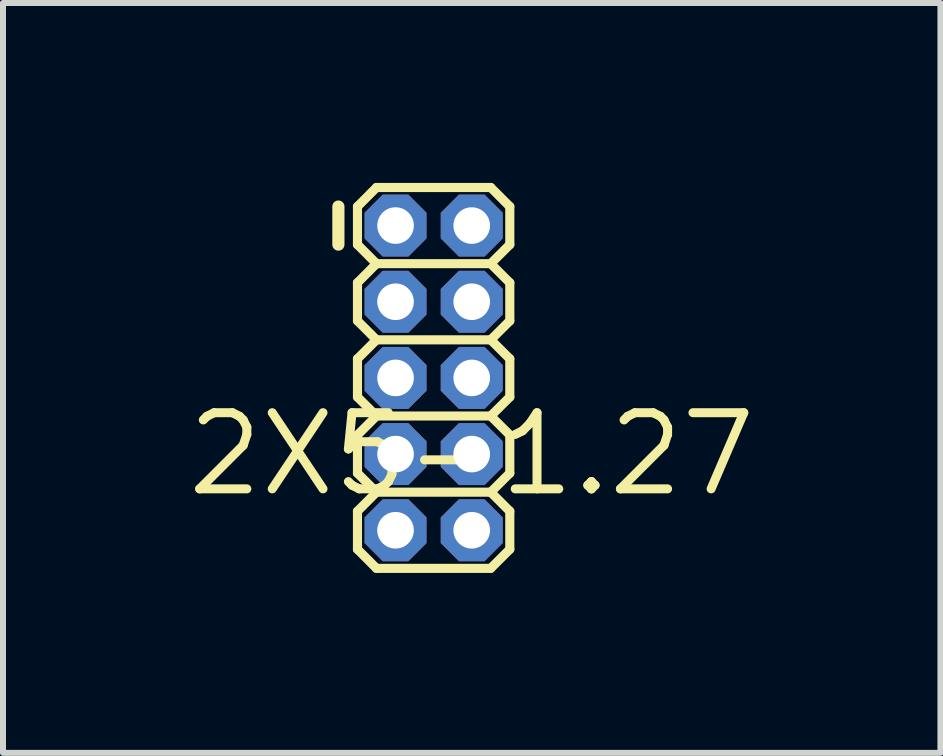
<source format=kicad_pcb>
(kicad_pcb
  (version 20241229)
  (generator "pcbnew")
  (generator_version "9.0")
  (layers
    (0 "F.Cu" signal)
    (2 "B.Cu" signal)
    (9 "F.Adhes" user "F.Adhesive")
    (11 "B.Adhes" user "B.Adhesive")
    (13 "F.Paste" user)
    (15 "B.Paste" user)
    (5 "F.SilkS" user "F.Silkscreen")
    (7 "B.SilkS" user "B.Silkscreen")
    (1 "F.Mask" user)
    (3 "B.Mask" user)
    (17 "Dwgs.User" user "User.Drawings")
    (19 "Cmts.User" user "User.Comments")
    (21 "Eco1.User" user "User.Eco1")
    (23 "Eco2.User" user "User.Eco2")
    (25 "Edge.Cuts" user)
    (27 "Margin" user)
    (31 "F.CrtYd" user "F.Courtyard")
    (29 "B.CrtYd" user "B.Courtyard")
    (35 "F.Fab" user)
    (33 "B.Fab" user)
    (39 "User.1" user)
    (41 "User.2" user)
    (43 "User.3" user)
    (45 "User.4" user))
  (footprint "2X5-1.27"
    (layer "F.Cu")
    (at 4.815 4.521)
    (property "Reference" "2X5-1.27" (at 0 0 0) (layer "F.SilkS") (effects (font (size 1.27 1.27) (thickness 0.15))))
    (fp_poly (pts (xy -0.753 -4.024) (xy -0.753 -3.596) (xy -1.056 -3.293) (xy -1.484 -3.293) (xy -1.787 -3.596) (xy -1.787 -4.024) (xy -1.484 -4.327) (xy -1.056 -4.327)) (stroke (width 0) (type default)) (fill yes) (layer "F.Mask"))
    (fp_poly (pts (xy -0.753 -2.754) (xy -0.753 -2.326) (xy -1.056 -2.023) (xy -1.484 -2.023) (xy -1.787 -2.326) (xy -1.787 -2.754) (xy -1.484 -3.057) (xy -1.056 -3.057)) (stroke (width 0) (type default)) (fill yes) (layer "F.Mask"))
    (fp_poly (pts (xy -0.753 -1.484) (xy -0.753 -1.056) (xy -1.056 -0.753) (xy -1.484 -0.753) (xy -1.787 -1.056) (xy -1.787 -1.484) (xy -1.484 -1.787) (xy -1.056 -1.787)) (stroke (width 0) (type default)) (fill yes) (layer "F.Mask"))
    (fp_poly (pts (xy -0.753 -0.214) (xy -0.753 0.214) (xy -1.056 0.517) (xy -1.484 0.517) (xy -1.787 0.214) (xy -1.787 -0.214) (xy -1.484 -0.517) (xy -1.056 -0.517)) (stroke (width 0) (type default)) (fill yes) (layer "F.Mask"))
    (fp_poly (pts (xy -0.753 1.056) (xy -0.753 1.484) (xy -1.056 1.787) (xy -1.484 1.787) (xy -1.787 1.484) (xy -1.787 1.056) (xy -1.484 0.753) (xy -1.056 0.753)) (stroke (width 0) (type default)) (fill yes) (layer "F.Mask"))
    (fp_poly (pts (xy 0.517 -4.024) (xy 0.517 -3.596) (xy 0.214 -3.293) (xy -0.214 -3.293) (xy -0.517 -3.596) (xy -0.517 -4.024) (xy -0.214 -4.327) (xy 0.214 -4.327)) (stroke (width 0) (type default)) (fill yes) (layer "F.Mask"))
    (fp_poly (pts (xy 0.517 -2.754) (xy 0.517 -2.326) (xy 0.214 -2.023) (xy -0.214 -2.023) (xy -0.517 -2.326) (xy -0.517 -2.754) (xy -0.214 -3.057) (xy 0.214 -3.057)) (stroke (width 0) (type default)) (fill yes) (layer "F.Mask"))
    (fp_poly (pts (xy 0.517 -1.484) (xy 0.517 -1.056) (xy 0.214 -0.753) (xy -0.214 -0.753) (xy -0.517 -1.056) (xy -0.517 -1.484) (xy -0.214 -1.787) (xy 0.214 -1.787)) (stroke (width 0) (type default)) (fill yes) (layer "F.Mask"))
    (fp_poly (pts (xy 0.517 -0.214) (xy 0.517 0.214) (xy 0.214 0.517) (xy -0.214 0.517) (xy -0.517 0.214) (xy -0.517 -0.214) (xy -0.214 -0.517) (xy 0.214 -0.517)) (stroke (width 0) (type default)) (fill yes) (layer "F.Mask"))
    (fp_poly (pts (xy 0.517 1.056) (xy 0.517 1.484) (xy 0.214 1.787) (xy -0.214 1.787) (xy -0.517 1.484) (xy -0.517 1.056) (xy -0.214 0.753) (xy 0.214 0.753)) (stroke (width 0) (type default)) (fill yes) (layer "F.Mask"))
    (fp_poly (pts (xy -0.753 -4.024) (xy -0.753 -3.596) (xy -1.056 -3.293) (xy -1.484 -3.293) (xy -1.787 -3.596) (xy -1.787 -4.024) (xy -1.484 -4.327) (xy -1.056 -4.327)) (stroke (width 0) (type default)) (fill yes) (layer "B.Mask"))
    (fp_poly (pts (xy -0.753 -2.754) (xy -0.753 -2.326) (xy -1.056 -2.023) (xy -1.484 -2.023) (xy -1.787 -2.326) (xy -1.787 -2.754) (xy -1.484 -3.057) (xy -1.056 -3.057)) (stroke (width 0) (type default)) (fill yes) (layer "B.Mask"))
    (fp_poly (pts (xy -0.753 -1.484) (xy -0.753 -1.056) (xy -1.056 -0.753) (xy -1.484 -0.753) (xy -1.787 -1.056) (xy -1.787 -1.484) (xy -1.484 -1.787) (xy -1.056 -1.787)) (stroke (width 0) (type default)) (fill yes) (layer "B.Mask"))
    (fp_poly (pts (xy -0.753 -0.214) (xy -0.753 0.214) (xy -1.056 0.517) (xy -1.484 0.517) (xy -1.787 0.214) (xy -1.787 -0.214) (xy -1.484 -0.517) (xy -1.056 -0.517)) (stroke (width 0) (type default)) (fill yes) (layer "B.Mask"))
    (fp_poly (pts (xy -0.753 1.056) (xy -0.753 1.484) (xy -1.056 1.787) (xy -1.484 1.787) (xy -1.787 1.484) (xy -1.787 1.056) (xy -1.484 0.753) (xy -1.056 0.753)) (stroke (width 0) (type default)) (fill yes) (layer "B.Mask"))
    (fp_poly (pts (xy 0.517 -4.024) (xy 0.517 -3.596) (xy 0.214 -3.293) (xy -0.214 -3.293) (xy -0.517 -3.596) (xy -0.517 -4.024) (xy -0.214 -4.327) (xy 0.214 -4.327)) (stroke (width 0) (type default)) (fill yes) (layer "B.Mask"))
    (fp_poly (pts (xy 0.517 -2.754) (xy 0.517 -2.326) (xy 0.214 -2.023) (xy -0.214 -2.023) (xy -0.517 -2.326) (xy -0.517 -2.754) (xy -0.214 -3.057) (xy 0.214 -3.057)) (stroke (width 0) (type default)) (fill yes) (layer "B.Mask"))
    (fp_poly (pts (xy 0.517 -1.484) (xy 0.517 -1.056) (xy 0.214 -0.753) (xy -0.214 -0.753) (xy -0.517 -1.056) (xy -0.517 -1.484) (xy -0.214 -1.787) (xy 0.214 -1.787)) (stroke (width 0) (type default)) (fill yes) (layer "B.Mask"))
    (fp_poly (pts (xy 0.517 -0.214) (xy 0.517 0.214) (xy 0.214 0.517) (xy -0.214 0.517) (xy -0.517 0.214) (xy -0.517 -0.214) (xy -0.214 -0.517) (xy 0.214 -0.517)) (stroke (width 0) (type default)) (fill yes) (layer "B.Mask"))
    (fp_poly (pts (xy 0.517 1.056) (xy 0.517 1.484) (xy 0.214 1.787) (xy -0.214 1.787) (xy -0.517 1.484) (xy -0.517 1.056) (xy -0.214 0.753) (xy 0.214 0.753)) (stroke (width 0) (type default)) (fill yes) (layer "B.Mask"))
    (fp_line (start -2.223 -4.127) (end -2.223 -3.493) (stroke (width 0.203) (type solid)) (layer "F.SilkS"))
    (fp_line (start -1.905 -4.127) (end -1.905 -3.493) (stroke (width 0.152) (type solid)) (layer "F.SilkS"))
    (fp_line (start -1.905 -3.493) (end -1.588 -3.175) (stroke (width 0.152) (type solid)) (layer "F.SilkS"))
    (fp_line (start -1.905 -2.857) (end -1.905 -2.222) (stroke (width 0.152) (type solid)) (layer "F.SilkS"))
    (fp_line (start -1.905 -2.222) (end -1.588 -1.905) (stroke (width 0.152) (type solid)) (layer "F.SilkS"))
    (fp_line (start -1.905 -1.588) (end -1.905 -0.952) (stroke (width 0.152) (type solid)) (layer "F.SilkS"))
    (fp_line (start -1.905 -0.952) (end -1.588 -0.635) (stroke (width 0.152) (type solid)) (layer "F.SilkS"))
    (fp_line (start -1.905 -0.318) (end -1.905 0.318) (stroke (width 0.152) (type solid)) (layer "F.SilkS"))
    (fp_line (start -1.905 0.318) (end -1.588 0.635) (stroke (width 0.152) (type solid)) (layer "F.SilkS"))
    (fp_line (start -1.905 0.953) (end -1.905 1.587) (stroke (width 0.152) (type solid)) (layer "F.SilkS"))
    (fp_line (start -1.905 1.587) (end -1.588 1.905) (stroke (width 0.152) (type solid)) (layer "F.SilkS"))
    (fp_line (start -1.588 -4.445) (end -1.905 -4.127) (stroke (width 0.152) (type solid)) (layer "F.SilkS"))
    (fp_line (start -1.588 -4.445) (end 0.317 -4.445) (stroke (width 0.152) (type solid)) (layer "F.SilkS"))
    (fp_line (start -1.588 -3.175) (end -1.905 -2.857) (stroke (width 0.152) (type solid)) (layer "F.SilkS"))
    (fp_line (start -1.588 -1.905) (end -1.905 -1.588) (stroke (width 0.152) (type solid)) (layer "F.SilkS"))
    (fp_line (start -1.588 -0.635) (end -1.905 -0.318) (stroke (width 0.152) (type solid)) (layer "F.SilkS"))
    (fp_line (start -1.588 0.635) (end -1.905 0.953) (stroke (width 0.152) (type solid)) (layer "F.SilkS"))
    (fp_line (start 0.317 -4.445) (end 0.635 -4.127) (stroke (width 0.152) (type solid)) (layer "F.SilkS"))
    (fp_line (start 0.317 -3.175) (end -1.588 -3.175) (stroke (width 0.152) (type solid)) (layer "F.SilkS"))
    (fp_line (start 0.317 -3.175) (end 0.635 -2.857) (stroke (width 0.152) (type solid)) (layer "F.SilkS"))
    (fp_line (start 0.317 -1.905) (end -1.588 -1.905) (stroke (width 0.152) (type solid)) (layer "F.SilkS"))
    (fp_line (start 0.317 -1.905) (end 0.635 -1.588) (stroke (width 0.152) (type solid)) (layer "F.SilkS"))
    (fp_line (start 0.317 -0.635) (end -1.588 -0.635) (stroke (width 0.152) (type solid)) (layer "F.SilkS"))
    (fp_line (start 0.317 -0.635) (end 0.635 -0.318) (stroke (width 0.152) (type solid)) (layer "F.SilkS"))
    (fp_line (start 0.317 0.635) (end -1.588 0.635) (stroke (width 0.152) (type solid)) (layer "F.SilkS"))
    (fp_line (start 0.317 0.635) (end 0.635 0.953) (stroke (width 0.152) (type solid)) (layer "F.SilkS"))
    (fp_line (start 0.317 1.905) (end -1.588 1.905) (stroke (width 0.152) (type solid)) (layer "F.SilkS"))
    (fp_line (start 0.635 -4.127) (end 0.635 -3.493) (stroke (width 0.152) (type solid)) (layer "F.SilkS"))
    (fp_line (start 0.635 -3.493) (end 0.317 -3.175) (stroke (width 0.152) (type solid)) (layer "F.SilkS"))
    (fp_line (start 0.635 -2.857) (end 0.635 -2.222) (stroke (width 0.152) (type solid)) (layer "F.SilkS"))
    (fp_line (start 0.635 -2.222) (end 0.317 -1.905) (stroke (width 0.152) (type solid)) (layer "F.SilkS"))
    (fp_line (start 0.635 -1.588) (end 0.635 -0.952) (stroke (width 0.152) (type solid)) (layer "F.SilkS"))
    (fp_line (start 0.635 -0.952) (end 0.317 -0.635) (stroke (width 0.152) (type solid)) (layer "F.SilkS"))
    (fp_line (start 0.635 -0.318) (end 0.635 0.318) (stroke (width 0.152) (type solid)) (layer "F.SilkS"))
    (fp_line (start 0.635 0.318) (end 0.317 0.635) (stroke (width 0.152) (type solid)) (layer "F.SilkS"))
    (fp_line (start 0.635 0.953) (end 0.635 1.587) (stroke (width 0.152) (type solid)) (layer "F.SilkS"))
    (fp_line (start 0.635 1.587) (end 0.317 1.905) (stroke (width 0.152) (type solid)) (layer "F.SilkS"))
    (fp_poly (pts (xy -1.143 -3.937) (xy -1.397 -3.937) (xy -1.397 -3.683) (xy -1.143 -3.683)) (stroke (width 0.1) (type default)) (fill no) (layer "F.Fab"))
    (fp_poly (pts (xy -1.143 -2.667) (xy -1.397 -2.667) (xy -1.397 -2.413) (xy -1.143 -2.413)) (stroke (width 0.1) (type default)) (fill no) (layer "F.Fab"))
    (fp_poly (pts (xy -1.143 -1.397) (xy -1.397 -1.397) (xy -1.397 -1.143) (xy -1.143 -1.143)) (stroke (width 0.1) (type default)) (fill no) (layer "F.Fab"))
    (fp_poly (pts (xy -1.143 -0.127) (xy -1.397 -0.127) (xy -1.397 0.127) (xy -1.143 0.127)) (stroke (width 0.1) (type default)) (fill no) (layer "F.Fab"))
    (fp_poly (pts (xy -1.143 1.143) (xy -1.397 1.143) (xy -1.397 1.397) (xy -1.143 1.397)) (stroke (width 0.1) (type default)) (fill no) (layer "F.Fab"))
    (fp_poly (pts (xy 0.127 -3.937) (xy -0.127 -3.937) (xy -0.127 -3.683) (xy 0.127 -3.683)) (stroke (width 0.1) (type default)) (fill no) (layer "F.Fab"))
    (fp_poly (pts (xy 0.127 -2.667) (xy -0.127 -2.667) (xy -0.127 -2.413) (xy 0.127 -2.413)) (stroke (width 0.1) (type default)) (fill no) (layer "F.Fab"))
    (fp_poly (pts (xy 0.127 -1.397) (xy -0.127 -1.397) (xy -0.127 -1.143) (xy 0.127 -1.143)) (stroke (width 0.1) (type default)) (fill no) (layer "F.Fab"))
    (fp_poly (pts (xy 0.127 -0.127) (xy -0.127 -0.127) (xy -0.127 0.127) (xy 0.127 0.127)) (stroke (width 0.1) (type default)) (fill no) (layer "F.Fab"))
    (fp_poly (pts (xy 0.127 1.143) (xy -0.127 1.143) (xy -0.127 1.397) (xy 0.127 1.397)) (stroke (width 0.1) (type default)) (fill no) (layer "F.Fab"))
    (pad "1" thru_hole roundrect (at -1.27 -3.81 90) (size 1.033 1.033) (drill 0.61) (layers "*.Cu") (roundrect_rratio 0.25) (chamfer_ratio 0.293) (chamfer top_left top_right bottom_left bottom_right))
    (pad "2" thru_hole roundrect (at 0 -3.81 90) (size 1.033 1.033) (drill 0.61) (layers "*.Cu") (roundrect_rratio 0.25) (chamfer_ratio 0.293) (chamfer top_left top_right bottom_left bottom_right))
    (pad "3" thru_hole roundrect (at -1.27 -2.54 90) (size 1.033 1.033) (drill 0.61) (layers "*.Cu") (roundrect_rratio 0.25) (chamfer_ratio 0.293) (chamfer top_left top_right bottom_left bottom_right))
    (pad "4" thru_hole roundrect (at 0 -2.54 90) (size 1.033 1.033) (drill 0.61) (layers "*.Cu") (roundrect_rratio 0.25) (chamfer_ratio 0.293) (chamfer top_left top_right bottom_left bottom_right))
    (pad "5" thru_hole roundrect (at -1.27 -1.27 90) (size 1.033 1.033) (drill 0.61) (layers "*.Cu") (roundrect_rratio 0.25) (chamfer_ratio 0.293) (chamfer top_left top_right bottom_left bottom_right))
    (pad "6" thru_hole roundrect (at 0 -1.27 90) (size 1.033 1.033) (drill 0.61) (layers "*.Cu") (roundrect_rratio 0.25) (chamfer_ratio 0.293) (chamfer top_left top_right bottom_left bottom_right))
    (pad "7" thru_hole roundrect (at -1.27 0 90) (size 1.033 1.033) (drill 0.61) (layers "*.Cu") (roundrect_rratio 0.25) (chamfer_ratio 0.293) (chamfer top_left top_right bottom_left bottom_right))
    (pad "8" thru_hole roundrect (at 0 0 90) (size 1.033 1.033) (drill 0.61) (layers "*.Cu") (roundrect_rratio 0.25) (chamfer_ratio 0.293) (chamfer top_left top_right bottom_left bottom_right))
    (pad "9" thru_hole roundrect (at -1.27 1.27 90) (size 1.033 1.033) (drill 0.61) (layers "*.Cu") (roundrect_rratio 0.25) (chamfer_ratio 0.293) (chamfer top_left top_right bottom_left bottom_right))
    (pad "10" thru_hole roundrect (at 0 1.27 90) (size 1.033 1.033) (drill 0.61) (layers "*.Cu") (roundrect_rratio 0.25) (chamfer_ratio 0.293) (chamfer top_left top_right bottom_left bottom_right)))
  (gr_rect
    (start -3 -3)
    (end 12.63 9.502)
    (stroke (width 0.1) (type default))
    (fill no)
    (layer "Edge.Cuts")))
</source>
